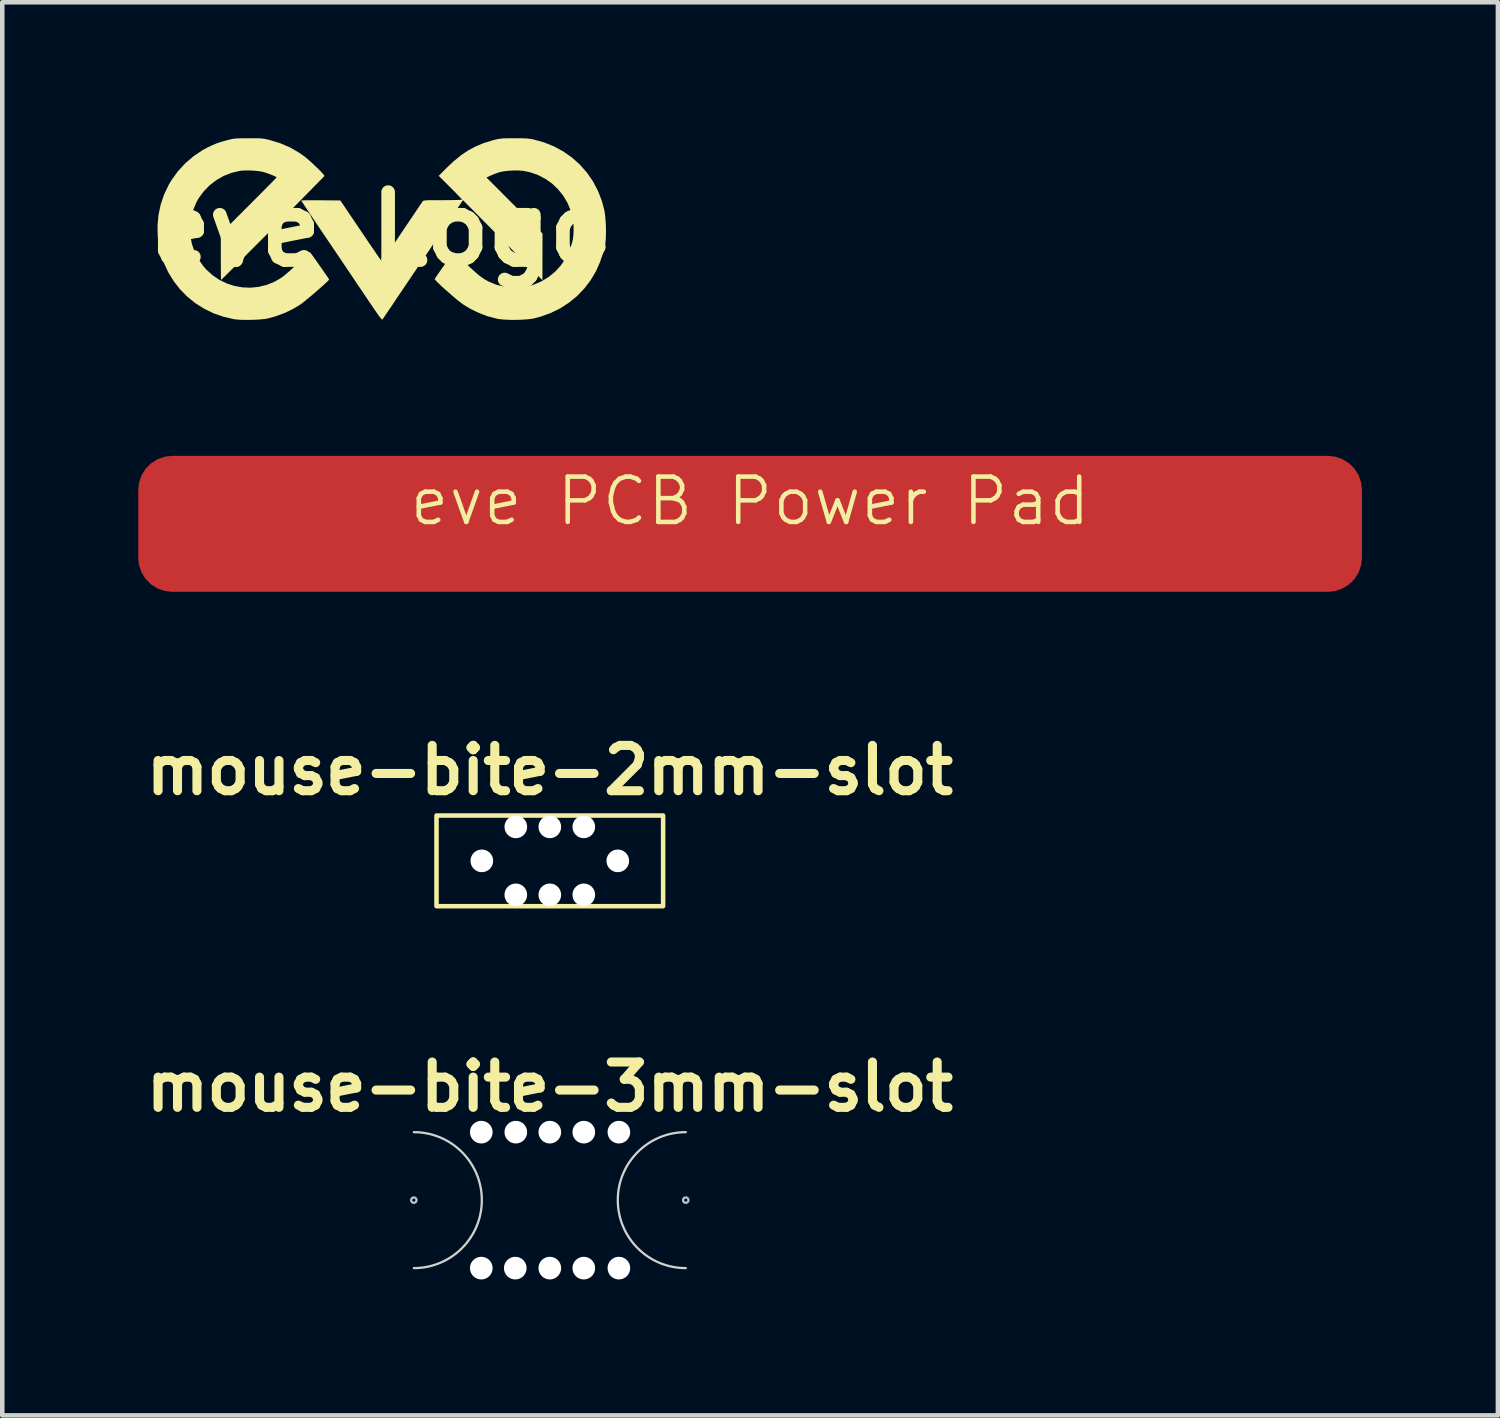
<source format=kicad_pcb>
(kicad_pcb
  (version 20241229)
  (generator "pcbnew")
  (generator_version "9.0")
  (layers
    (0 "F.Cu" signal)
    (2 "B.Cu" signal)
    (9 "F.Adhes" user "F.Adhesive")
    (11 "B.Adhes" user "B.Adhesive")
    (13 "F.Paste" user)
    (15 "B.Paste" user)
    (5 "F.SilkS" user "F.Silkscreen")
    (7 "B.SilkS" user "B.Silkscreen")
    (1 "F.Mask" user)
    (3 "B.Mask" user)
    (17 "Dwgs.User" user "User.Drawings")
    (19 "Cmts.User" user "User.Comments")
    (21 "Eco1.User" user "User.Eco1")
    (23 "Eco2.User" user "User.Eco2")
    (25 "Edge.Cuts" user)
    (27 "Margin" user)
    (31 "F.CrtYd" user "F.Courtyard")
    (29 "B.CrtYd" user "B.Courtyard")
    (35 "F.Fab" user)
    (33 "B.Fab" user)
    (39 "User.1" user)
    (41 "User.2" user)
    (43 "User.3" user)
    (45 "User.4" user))
  (footprint "mouse-bite-2mm-slot"
    (layer "F.Cu")
    (at 9.081 15.944)
    (property "Reference" "mouse-bite-2mm-slot" (at 0 -2 0) (layer "F.SilkS") (effects (font (size 1 1) (thickness 0.2))))
    (attr through_hole)
    (fp_rect (start -2.5 -1) (end 2.5 1) (stroke (width 0.1) (type default)) (fill no) (layer "F.SilkS"))
    (pad "" np_thru_hole circle (at -1.5 0) (size 0.5 0.5) (drill 1.5) (layers "*.Cu" "*.Mask"))
    (pad "" np_thru_hole circle (at -0.75 -0.75) (size 0.5 0.5) (drill 0.5) (layers "*.Cu" "*.Mask"))
    (pad "" np_thru_hole circle (at -0.75 0.75) (size 0.5 0.5) (drill 0.5) (layers "*.Cu" "*.Mask"))
    (pad "" np_thru_hole circle (at 0 -0.75) (size 0.5 0.5) (drill 0.5) (layers "*.Cu" "*.Mask"))
    (pad "" np_thru_hole circle (at 0 0.75) (size 0.5 0.5) (drill 0.5) (layers "*.Cu" "*.Mask"))
    (pad "" np_thru_hole circle (at 0.75 -0.75) (size 0.5 0.5) (drill 0.5) (layers "*.Cu" "*.Mask"))
    (pad "" np_thru_hole circle (at 0.75 0.75) (size 0.5 0.5) (drill 0.5) (layers "*.Cu" "*.Mask"))
    (pad "" np_thru_hole circle (at 1.5 0) (size 0.5 0.5) (drill 1.5) (layers "*.Cu" "*.Mask")))
  (footprint "eve PCB Power Pad"
    (layer "F.Cu")
    (at 13.5 8.508)
    (property "Reference" "eve PCB Power Pad" (at 0 -0.5 0) (unlocked yes) (layer "F.SilkS") (effects (font (size 1 1) (thickness 0.1))))
    (attr smd)
    (pad "3" smd roundrect (at 0 0) (size 27 3) (layers "F.Cu" "F.Mask" "F.Paste") (roundrect_rratio 0.25)))
  (footprint "eve Logo"
    (layer "F.Cu")
    (at 5.371 2.01)
    (property "Reference" "eve Logo" (at 0 0 0) (layer "F.SilkS") (effects (font (size 1.5 1.5) (thickness 0.3))))
    (attr board_only exclude_from_pos_files exclude_from_bom)
    (fp_poly (pts (xy -2.83 -2.01) (xy -2.749 -2.009) (xy -2.685 -2.007) (xy -2.633 -2.003) (xy -2.588 -1.997) (xy -2.542 -1.988) (xy -2.492 -1.976) (xy -2.469 -1.97) (xy -2.239 -1.9) (xy -2.025 -1.808) (xy -1.825 -1.693) (xy -1.708 -1.612) (xy -1.663 -1.575) (xy -1.608 -1.528) (xy -1.547 -1.474) (xy -1.484 -1.415) (xy -1.423 -1.356) (xy -1.367 -1.301) (xy -1.32 -1.251) (xy -1.284 -1.212) (xy -1.265 -1.186) (xy -1.262 -1.179) (xy -1.273 -1.167) (xy -1.301 -1.136) (xy -1.347 -1.089) (xy -1.409 -1.026) (xy -1.485 -0.949) (xy -1.572 -0.86) (xy -1.671 -0.76) (xy -1.779 -0.65) (xy -1.895 -0.533) (xy -2.017 -0.41) (xy -2.144 -0.282) (xy -2.274 -0.152) (xy -2.405 -0.019) (xy -2.536 0.113) (xy -2.666 0.243) (xy -2.793 0.37) (xy -2.915 0.492) (xy -3.03 0.608) (xy -3.138 0.716) (xy -3.237 0.814) (xy -3.324 0.901) (xy -3.399 0.976) (xy -3.46 1.036) (xy -3.506 1.081) (xy -3.534 1.108) (xy -3.544 1.116) (xy -3.545 1.102) (xy -3.546 1.063) (xy -3.547 1.002) (xy -3.548 0.921) (xy -3.548 0.825) (xy -3.549 0.716) (xy -3.549 0.605) (xy -3.549 0.093) (xy -2.934 -0.522) (xy -2.824 -0.632) (xy -2.721 -0.736) (xy -2.625 -0.832) (xy -2.54 -0.918) (xy -2.465 -0.994) (xy -2.404 -1.056) (xy -2.358 -1.103) (xy -2.329 -1.134) (xy -2.318 -1.147) (xy -2.318 -1.147) (xy -2.331 -1.157) (xy -2.364 -1.174) (xy -2.413 -1.195) (xy -2.47 -1.218) (xy -2.53 -1.24) (xy -2.586 -1.258) (xy -2.612 -1.266) (xy -2.685 -1.28) (xy -2.776 -1.291) (xy -2.878 -1.298) (xy -2.979 -1.299) (xy -3.072 -1.296) (xy -3.13 -1.29) (xy -3.311 -1.247) (xy -3.484 -1.179) (xy -3.646 -1.087) (xy -3.794 -0.973) (xy -3.924 -0.84) (xy -4.034 -0.691) (xy -4.091 -0.591) (xy -4.164 -0.414) (xy -4.211 -0.232) (xy -4.23 -0.049) (xy -4.223 0.134) (xy -4.189 0.314) (xy -4.13 0.489) (xy -4.045 0.655) (xy -3.936 0.811) (xy -3.87 0.886) (xy -3.732 1.012) (xy -3.58 1.115) (xy -3.417 1.194) (xy -3.245 1.25) (xy -3.068 1.281) (xy -2.888 1.287) (xy -2.709 1.269) (xy -2.533 1.225) (xy -2.363 1.156) (xy -2.22 1.073) (xy -2.162 1.03) (xy -2.089 0.97) (xy -2.003 0.894) (xy -1.909 0.808) (xy -1.844 0.745) (xy -1.774 0.678) (xy -1.711 0.618) (xy -1.657 0.567) (xy -1.616 0.529) (xy -1.591 0.506) (xy -1.584 0.501) (xy -1.574 0.512) (xy -1.551 0.543) (xy -1.517 0.59) (xy -1.475 0.649) (xy -1.427 0.717) (xy -1.376 0.789) (xy -1.325 0.862) (xy -1.277 0.932) (xy -1.233 0.995) (xy -1.197 1.047) (xy -1.172 1.086) (xy -1.16 1.106) (xy -1.159 1.107) (xy -1.17 1.122) (xy -1.199 1.152) (xy -1.244 1.194) (xy -1.301 1.246) (xy -1.367 1.305) (xy -1.439 1.368) (xy -1.513 1.431) (xy -1.586 1.493) (xy -1.656 1.55) (xy -1.717 1.6) (xy -1.768 1.64) (xy -1.8 1.663) (xy -1.968 1.763) (xy -2.154 1.851) (xy -2.348 1.922) (xy -2.519 1.968) (xy -2.588 1.979) (xy -2.678 1.988) (xy -2.782 1.994) (xy -2.894 1.998) (xy -3.005 1.998) (xy -3.109 1.996) (xy -3.199 1.99) (xy -3.255 1.983) (xy -3.488 1.93) (xy -3.71 1.853) (xy -3.918 1.751) (xy -4.112 1.628) (xy -4.29 1.484) (xy -4.45 1.321) (xy -4.59 1.141) (xy -4.71 0.946) (xy -4.807 0.736) (xy -4.879 0.513) (xy -4.908 0.386) (xy -4.941 0.148) (xy -4.945 -0.089) (xy -4.923 -0.323) (xy -4.874 -0.552) (xy -4.799 -0.773) (xy -4.697 -0.984) (xy -4.635 -1.089) (xy -4.493 -1.284) (xy -4.33 -1.46) (xy -4.149 -1.615) (xy -3.948 -1.749) (xy -3.835 -1.81) (xy -3.736 -1.857) (xy -3.642 -1.896) (xy -3.54 -1.93) (xy -3.422 -1.963) (xy -3.399 -1.969) (xy -3.344 -1.983) (xy -3.298 -1.993) (xy -3.254 -2) (xy -3.206 -2.005) (xy -3.149 -2.008) (xy -3.077 -2.009) (xy -2.985 -2.01) (xy -2.934 -2.01)) (stroke (width 0) (type solid)) (fill yes) (layer "F.SilkS"))
    (fp_poly (pts (xy 3.039 -2.01) (xy 3.128 -2.008) (xy 3.199 -2.005) (xy 3.258 -1.999) (xy 3.31 -1.992) (xy 3.348 -1.984) (xy 3.584 -1.918) (xy 3.806 -1.828) (xy 4.013 -1.715) (xy 4.203 -1.581) (xy 4.375 -1.426) (xy 4.528 -1.253) (xy 4.66 -1.062) (xy 4.77 -0.854) (xy 4.857 -0.632) (xy 4.91 -0.436) (xy 4.926 -0.343) (xy 4.938 -0.23) (xy 4.946 -0.107) (xy 4.949 0.018) (xy 4.947 0.135) (xy 4.94 0.237) (xy 4.938 0.251) (xy 4.893 0.488) (xy 4.822 0.713) (xy 4.728 0.926) (xy 4.61 1.124) (xy 4.471 1.306) (xy 4.312 1.471) (xy 4.135 1.617) (xy 3.94 1.743) (xy 3.728 1.847) (xy 3.502 1.928) (xy 3.363 1.965) (xy 3.28 1.979) (xy 3.176 1.989) (xy 3.059 1.995) (xy 2.936 1.998) (xy 2.814 1.997) (xy 2.7 1.991) (xy 2.602 1.982) (xy 2.54 1.971) (xy 2.33 1.915) (xy 2.127 1.837) (xy 1.936 1.742) (xy 1.799 1.657) (xy 1.749 1.62) (xy 1.688 1.573) (xy 1.62 1.517) (xy 1.547 1.455) (xy 1.473 1.39) (xy 1.4 1.326) (xy 1.332 1.264) (xy 1.272 1.208) (xy 1.223 1.16) (xy 1.188 1.124) (xy 1.171 1.101) (xy 1.17 1.096) (xy 1.19 1.065) (xy 1.221 1.018) (xy 1.262 0.96) (xy 1.308 0.893) (xy 1.359 0.821) (xy 1.41 0.749) (xy 1.46 0.679) (xy 1.505 0.617) (xy 1.544 0.565) (xy 1.572 0.527) (xy 1.588 0.507) (xy 1.591 0.505) (xy 1.603 0.515) (xy 1.634 0.543) (xy 1.679 0.584) (xy 1.736 0.638) (xy 1.803 0.7) (xy 1.861 0.756) (xy 1.961 0.85) (xy 2.045 0.926) (xy 2.116 0.988) (xy 2.178 1.038) (xy 2.235 1.079) (xy 2.291 1.114) (xy 2.349 1.146) (xy 2.371 1.157) (xy 2.532 1.223) (xy 2.704 1.266) (xy 2.883 1.285) (xy 3.063 1.282) (xy 3.239 1.255) (xy 3.349 1.223) (xy 3.524 1.149) (xy 3.684 1.052) (xy 3.829 0.933) (xy 3.955 0.795) (xy 4.06 0.642) (xy 4.143 0.474) (xy 4.202 0.295) (xy 4.221 0.208) (xy 4.23 0.127) (xy 4.235 0.03) (xy 4.234 -0.072) (xy 4.228 -0.167) (xy 4.221 -0.223) (xy 4.174 -0.406) (xy 4.103 -0.579) (xy 4.009 -0.738) (xy 3.895 -0.881) (xy 3.763 -1.007) (xy 3.614 -1.113) (xy 3.451 -1.198) (xy 3.277 -1.259) (xy 3.131 -1.289) (xy 3.033 -1.298) (xy 2.921 -1.299) (xy 2.805 -1.293) (xy 2.697 -1.281) (xy 2.619 -1.265) (xy 2.558 -1.247) (xy 2.486 -1.221) (xy 2.42 -1.193) (xy 2.419 -1.193) (xy 2.312 -1.144) (xy 2.93 -0.525) (xy 3.549 0.093) (xy 3.548 0.608) (xy 3.547 1.123) (xy 2.671 0.24) (xy 1.794 -0.644) (xy 1.704 -0.511) (xy 1.677 -0.472) (xy 1.637 -0.412) (xy 1.584 -0.335) (xy 1.522 -0.242) (xy 1.453 -0.139) (xy 1.377 -0.027) (xy 1.298 0.09) (xy 1.234 0.186) (xy 1.152 0.307) (xy 1.072 0.427) (xy 0.994 0.542) (xy 0.922 0.649) (xy 0.857 0.745) (xy 0.802 0.826) (xy 0.76 0.89) (xy 0.737 0.923) (xy 0.701 0.976) (xy 0.652 1.048) (xy 0.593 1.137) (xy 0.526 1.236) (xy 0.454 1.343) (xy 0.38 1.452) (xy 0.322 1.538) (xy 0.255 1.639) (xy 0.192 1.732) (xy 0.136 1.815) (xy 0.088 1.886) (xy 0.051 1.941) (xy 0.025 1.978) (xy 0.014 1.994) (xy 0.014 1.994) (xy 0.003 1.987) (xy -0.021 1.959) (xy -0.056 1.915) (xy -0.097 1.858) (xy -0.132 1.808) (xy -0.173 1.747) (xy -0.228 1.667) (xy -0.292 1.572) (xy -0.362 1.468) (xy -0.436 1.358) (xy -0.511 1.248) (xy -0.551 1.188) (xy -0.625 1.078) (xy -0.701 0.965) (xy -0.775 0.855) (xy -0.845 0.751) (xy -0.908 0.658) (xy -0.959 0.582) (xy -0.98 0.551) (xy -1.081 0.401) (xy -1.18 0.255) (xy -1.276 0.113) (xy -1.367 -0.022) (xy -1.452 -0.148) (xy -1.53 -0.264) (xy -1.599 -0.368) (xy -1.659 -0.458) (xy -1.707 -0.531) (xy -1.744 -0.587) (xy -1.766 -0.622) (xy -1.774 -0.636) (xy -1.774 -0.636) (xy -1.761 -0.638) (xy -1.722 -0.639) (xy -1.661 -0.641) (xy -1.583 -0.641) (xy -1.489 -0.641) (xy -1.385 -0.641) (xy -1.343 -0.641) (xy -0.912 -0.637) (xy -0.781 -0.444) (xy -0.743 -0.387) (xy -0.692 -0.311) (xy -0.63 -0.22) (xy -0.56 -0.116) (xy -0.485 -0.005) (xy -0.407 0.11) (xy -0.33 0.224) (xy -0.324 0.234) (xy -0.253 0.338) (xy -0.187 0.434) (xy -0.129 0.52) (xy -0.078 0.594) (xy -0.038 0.651) (xy -0.01 0.691) (xy 0.005 0.711) (xy 0.007 0.713) (xy 0.012 0.706) (xy 0.024 0.689) (xy 0.044 0.66) (xy 0.073 0.617) (xy 0.112 0.559) (xy 0.162 0.485) (xy 0.224 0.393) (xy 0.298 0.282) (xy 0.386 0.152) (xy 0.489 -0.001) (xy 0.551 -0.093) (xy 0.622 -0.199) (xy 0.69 -0.299) (xy 0.751 -0.39) (xy 0.804 -0.469) (xy 0.847 -0.533) (xy 0.879 -0.58) (xy 0.897 -0.607) (xy 0.9 -0.611) (xy 0.907 -0.62) (xy 0.916 -0.627) (xy 0.93 -0.633) (xy 0.952 -0.637) (xy 0.986 -0.64) (xy 1.034 -0.642) (xy 1.1 -0.643) (xy 1.187 -0.643) (xy 1.298 -0.643) (xy 1.349 -0.643) (xy 1.456 -0.644) (xy 1.553 -0.645) (xy 1.637 -0.647) (xy 1.704 -0.649) (xy 1.75 -0.651) (xy 1.773 -0.654) (xy 1.774 -0.655) (xy 1.765 -0.667) (xy 1.737 -0.697) (xy 1.695 -0.742) (xy 1.641 -0.798) (xy 1.577 -0.863) (xy 1.517 -0.923) (xy 1.259 -1.18) (xy 1.427 -1.35) (xy 1.591 -1.504) (xy 1.75 -1.634) (xy 1.911 -1.742) (xy 2.077 -1.831) (xy 2.254 -1.904) (xy 2.446 -1.963) (xy 2.468 -1.969) (xy 2.523 -1.983) (xy 2.571 -1.993) (xy 2.616 -2) (xy 2.665 -2.005) (xy 2.723 -2.008) (xy 2.797 -2.009) (xy 2.892 -2.01) (xy 2.926 -2.01)) (stroke (width 0) (type solid)) (fill yes) (layer "F.SilkS")))
  (footprint "mouse-bite-3mm-slot"
    (layer "F.Cu")
    (at 9.081 23.43)
    (property "Reference" "mouse-bite-3mm-slot" (at 0 -2.5 0) (layer "F.SilkS") (effects (font (size 1 1) (thickness 0.2))))
    (attr through_hole)
    (fp_circle (center -3 0) (end -3 -0.06) (stroke (width 0.05) (type solid)) (fill no) (layer "Dwgs.User"))
    (fp_circle (center 3 0) (end 3.06 0) (stroke (width 0.05) (type solid)) (fill no) (layer "Dwgs.User"))
    (fp_line (start -3 0) (end -3 0) (stroke (width 3) (type solid)) (layer "Eco1.User"))
    (fp_line (start 3 0) (end 3 0) (stroke (width 3) (type solid)) (layer "Eco1.User"))
    (fp_arc (start -3 -1.5) (mid -1.5 0) (end -3 1.5) (stroke (width 0.05) (type solid)) (layer "Edge.Cuts"))
    (fp_arc (start 3 1.5) (mid 1.5 0) (end 3 -1.5) (stroke (width 0.05) (type solid)) (layer "Edge.Cuts"))
    (pad "" np_thru_hole circle (at -1.512 -1.5) (size 0.5 0.5) (drill 0.5) (layers "*.Cu" "*.Mask"))
    (pad "" np_thru_hole circle (at -1.512 1.5) (size 0.5 0.5) (drill 0.5) (layers "*.Cu" "*.Mask"))
    (pad "" np_thru_hole circle (at -0.762 1.5) (size 0.5 0.5) (drill 0.5) (layers "*.Cu" "*.Mask"))
    (pad "" np_thru_hole circle (at -0.75 -1.5) (size 0.5 0.5) (drill 0.5) (layers "*.Cu" "*.Mask"))
    (pad "" np_thru_hole circle (at 0 -1.5) (size 0.5 0.5) (drill 0.5) (layers "*.Cu" "*.Mask"))
    (pad "" np_thru_hole circle (at 0 1.5) (size 0.5 0.5) (drill 0.5) (layers "*.Cu" "*.Mask"))
    (pad "" np_thru_hole circle (at 0.75 -1.5) (size 0.5 0.5) (drill 0.5) (layers "*.Cu" "*.Mask"))
    (pad "" np_thru_hole circle (at 0.75 1.5) (size 0.5 0.5) (drill 0.5) (layers "*.Cu" "*.Mask"))
    (pad "" np_thru_hole circle (at 1.524 -1.5) (size 0.5 0.5) (drill 0.5) (layers "*.Cu" "*.Mask"))
    (pad "" np_thru_hole circle (at 1.524 1.5) (size 0.5 0.5) (drill 0.5) (layers "*.Cu" "*.Mask")))
  (gr_rect
    (start -3 -3)
    (end 30 28.18)
    (stroke (width 0.1) (type default))
    (fill no)
    (layer "Edge.Cuts")))
</source>
